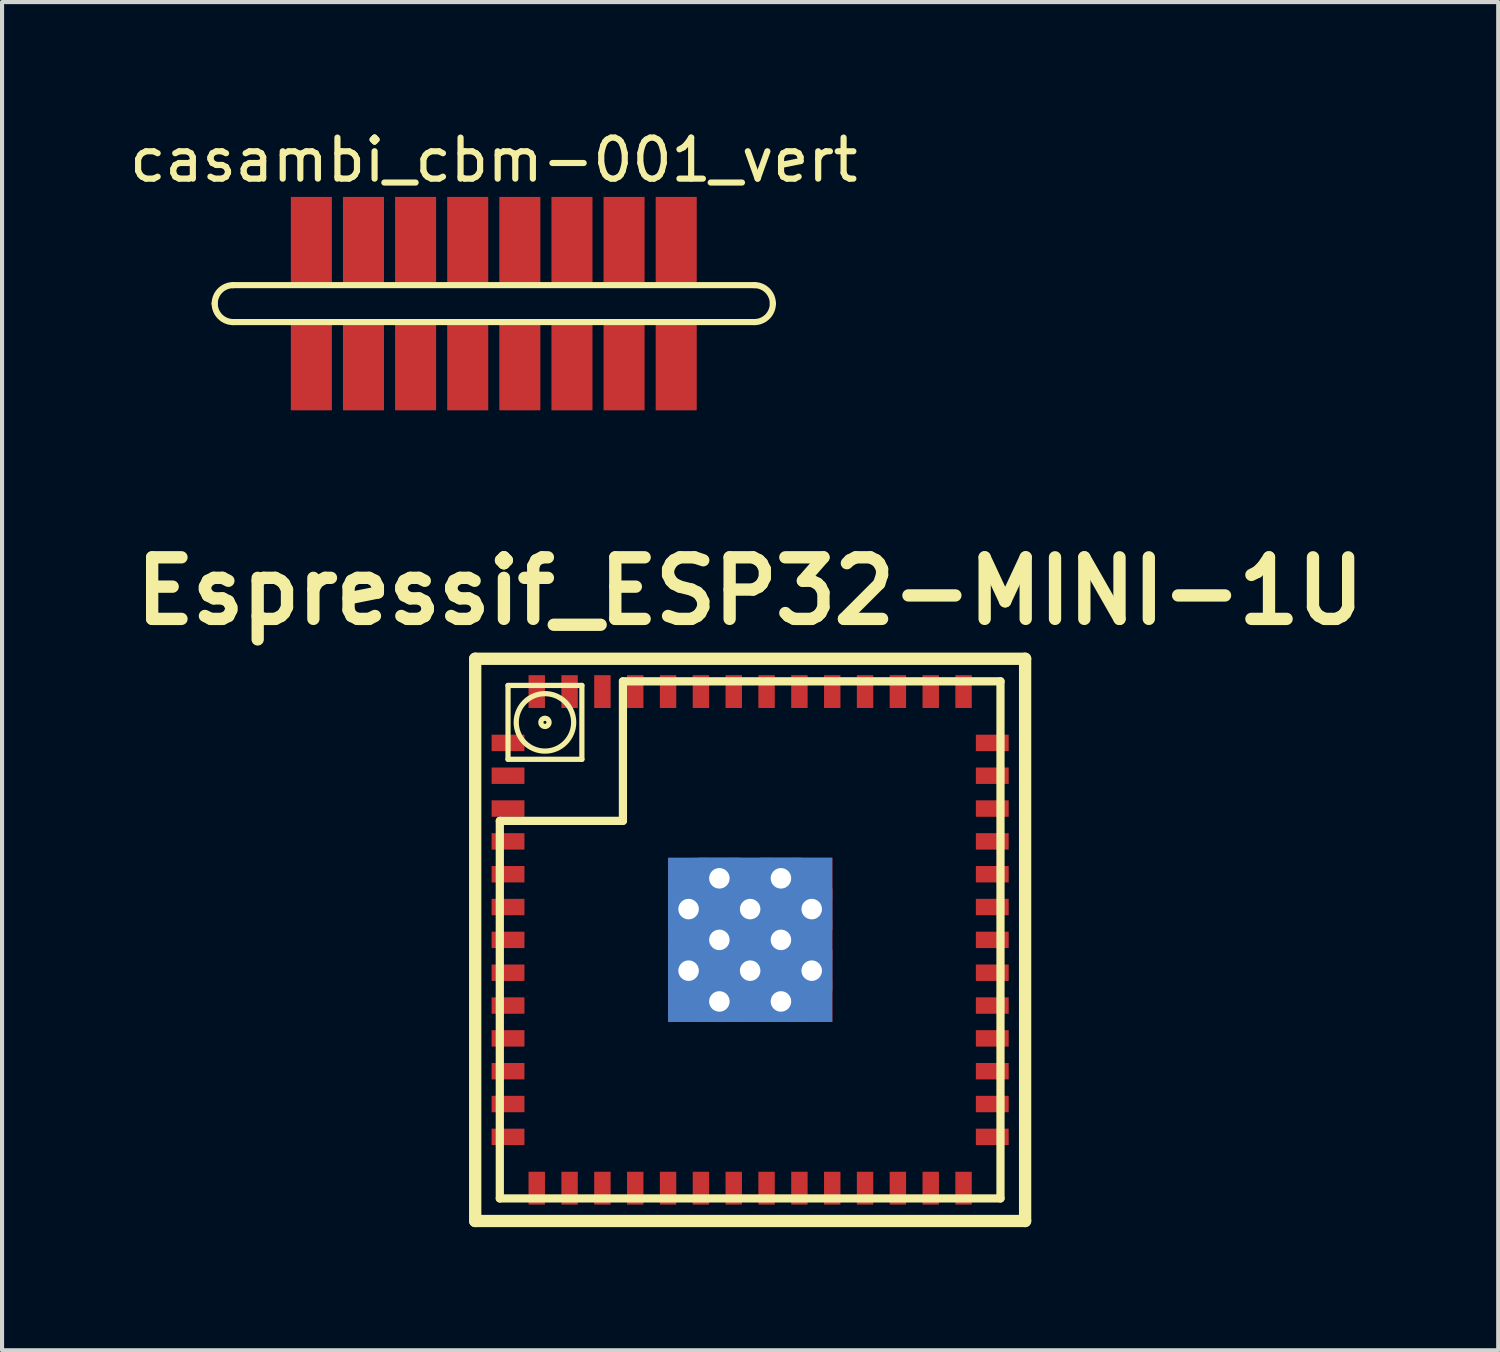
<source format=kicad_pcb>
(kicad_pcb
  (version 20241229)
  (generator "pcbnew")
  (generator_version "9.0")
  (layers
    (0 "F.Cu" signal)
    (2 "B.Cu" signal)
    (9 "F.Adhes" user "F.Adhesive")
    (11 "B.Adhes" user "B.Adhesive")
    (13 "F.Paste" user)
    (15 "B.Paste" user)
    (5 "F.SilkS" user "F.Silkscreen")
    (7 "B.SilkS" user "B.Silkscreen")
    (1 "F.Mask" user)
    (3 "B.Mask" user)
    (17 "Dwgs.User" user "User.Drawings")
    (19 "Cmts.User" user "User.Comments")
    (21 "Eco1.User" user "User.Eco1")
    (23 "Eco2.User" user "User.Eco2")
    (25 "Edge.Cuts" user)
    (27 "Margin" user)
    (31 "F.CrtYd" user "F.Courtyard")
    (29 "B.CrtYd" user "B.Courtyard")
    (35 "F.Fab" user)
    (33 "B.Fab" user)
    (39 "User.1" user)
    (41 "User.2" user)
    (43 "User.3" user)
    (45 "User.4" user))
  (footprint "casambi_cbm-001_vert"
    (layer "F.Cu")
    (at 8.982 4.348)
    (property "Reference" "casambi_cbm-001_vert" (at 0 -3.5 0) (layer "F.SilkS") (effects (font (size 1 1) (thickness 0.15))))
    (attr through_hole)
    (fp_line (start -6.35 -0.45) (end 6.35 -0.45) (stroke (width 0.15) (type solid)) (layer "F.SilkS"))
    (fp_line (start -6.35 0.45) (end 6.35 0.45) (stroke (width 0.15) (type solid)) (layer "F.SilkS"))
    (fp_arc (start -6.8 0) (mid -6.668198 -0.318198) (end -6.35 -0.45) (stroke (width 0.15) (type solid)) (layer "F.SilkS"))
    (fp_arc (start -6.35 0.45) (mid -6.668198 0.318198) (end -6.8 0) (stroke (width 0.15) (type solid)) (layer "F.SilkS"))
    (fp_arc (start 6.35 -0.45) (mid 6.668198 -0.318198) (end 6.8 0) (stroke (width 0.15) (type solid)) (layer "F.SilkS"))
    (fp_arc (start 6.8 0) (mid 6.668198 0.318198) (end 6.35 0.45) (stroke (width 0.15) (type solid)) (layer "F.SilkS"))
    (pad "1" smd rect (at -4.445 1.5) (size 1 2.2) (layers "F.Cu" "F.Mask" "F.Paste"))
    (pad "2" smd rect (at -3.175 1.5) (size 1 2.2) (layers "F.Cu" "F.Mask" "F.Paste"))
    (pad "3" smd rect (at -1.905 1.5) (size 1 2.2) (layers "F.Cu" "F.Mask" "F.Paste"))
    (pad "4" smd rect (at -0.635 1.5) (size 1 2.2) (layers "F.Cu" "F.Mask" "F.Paste"))
    (pad "5" smd rect (at 0.635 1.5) (size 1 2.2) (layers "F.Cu" "F.Mask" "F.Paste"))
    (pad "6" smd rect (at 1.905 1.5) (size 1 2.2) (layers "F.Cu" "F.Mask" "F.Paste"))
    (pad "7" smd rect (at 3.175 1.5) (size 1 2.2) (layers "F.Cu" "F.Mask" "F.Paste"))
    (pad "8" smd rect (at 4.445 1.5) (size 1 2.2) (layers "F.Cu" "F.Mask" "F.Paste"))
    (pad "9" smd rect (at 4.445 -1.5) (size 1 2.2) (layers "F.Cu" "F.Mask" "F.Paste"))
    (pad "10" smd rect (at 3.175 -1.5) (size 1 2.2) (layers "F.Cu" "F.Mask" "F.Paste"))
    (pad "11" smd rect (at 1.905 -1.5) (size 1 2.2) (layers "F.Cu" "F.Mask" "F.Paste"))
    (pad "12" smd rect (at 0.635 -1.5) (size 1 2.2) (layers "F.Cu" "F.Mask" "F.Paste"))
    (pad "13" smd rect (at -0.635 -1.5) (size 1 2.2) (layers "F.Cu" "F.Mask" "F.Paste"))
    (pad "14" smd rect (at -1.905 -1.5) (size 1 2.2) (layers "F.Cu" "F.Mask" "F.Paste"))
    (pad "15" smd rect (at -3.175 -1.5) (size 1 2.2) (layers "F.Cu" "F.Mask" "F.Paste"))
    (pad "16" smd rect (at -4.445 -1.5) (size 1 2.2) (layers "F.Cu" "F.Mask" "F.Paste")))
  (footprint "Espressif_ESP32-MINI-1U"
    (layer "F.Cu")
    (at 15.229 19.852)
    (property "Reference" "Espressif_ESP32-MINI-1U" (at 0 -8.5 0) (layer "F.SilkS") (effects (font (size 1.5 1.5) (thickness 0.3))))
    (attr smd)
    (fp_line (start -6.7 -6.85) (end 6.7 -6.85) (stroke (width 0.3) (type solid)) (layer "F.SilkS"))
    (fp_line (start -6.7 6.85) (end -6.7 -6.85) (stroke (width 0.3) (type solid)) (layer "F.SilkS"))
    (fp_line (start -6.1 -2.9) (end -6.1 6.3) (stroke (width 0.2) (type solid)) (layer "F.SilkS"))
    (fp_line (start -5.9 -6.2) (end -4.1 -6.2) (stroke (width 0.127) (type solid)) (layer "F.SilkS"))
    (fp_line (start -5.9 -4.4) (end -5.9 -6.2) (stroke (width 0.127) (type solid)) (layer "F.SilkS"))
    (fp_line (start -4.1 -6.2) (end -4.1 -4.4) (stroke (width 0.127) (type solid)) (layer "F.SilkS"))
    (fp_line (start -4.1 -4.4) (end -5.9 -4.4) (stroke (width 0.127) (type solid)) (layer "F.SilkS"))
    (fp_line (start -3.1 -6.3) (end -3.1 -2.9) (stroke (width 0.2) (type solid)) (layer "F.SilkS"))
    (fp_line (start -3.1 -2.9) (end -6.1 -2.9) (stroke (width 0.2) (type solid)) (layer "F.SilkS"))
    (fp_line (start 6.1 -6.3) (end -3.1 -6.3) (stroke (width 0.2) (type solid)) (layer "F.SilkS"))
    (fp_line (start 6.1 -6.3) (end 6.1 6.3) (stroke (width 0.2) (type solid)) (layer "F.SilkS"))
    (fp_line (start 6.1 6.3) (end -6.1 6.3) (stroke (width 0.2) (type solid)) (layer "F.SilkS"))
    (fp_line (start 6.7 6.85) (end -6.7 6.85) (stroke (width 0.3) (type solid)) (layer "F.SilkS"))
    (fp_line (start 6.7 6.85) (end 6.7 -6.85) (stroke (width 0.3) (type solid)) (layer "F.SilkS"))
    (fp_circle (center -5 -5.3) (end -5.1 -5.3) (stroke (width 0.127) (type solid)) (fill no) (layer "F.SilkS"))
    (fp_circle (center -5 -5.3) (end -4.3 -5.3) (stroke (width 0.127) (type solid)) (fill no) (layer "F.SilkS"))
    (pad "1" smd rect (at -5.9 -4.8) (size 0.8 0.4) (layers "F.Cu" "F.Mask" "F.Paste"))
    (pad "2" smd rect (at -5.9 -4) (size 0.8 0.4) (layers "F.Cu" "F.Mask" "F.Paste"))
    (pad "3" smd rect (at -5.9 -3.2) (size 0.8 0.4) (layers "F.Cu" "F.Mask" "F.Paste"))
    (pad "4" smd rect (at -5.9 -2.4) (size 0.8 0.4) (layers "F.Cu" "F.Mask" "F.Paste"))
    (pad "5" smd rect (at -5.9 -1.6) (size 0.8 0.4) (layers "F.Cu" "F.Mask" "F.Paste"))
    (pad "6" smd rect (at -5.9 -0.8) (size 0.8 0.4) (layers "F.Cu" "F.Mask" "F.Paste"))
    (pad "7" smd rect (at -5.9 0) (size 0.8 0.4) (layers "F.Cu" "F.Mask" "F.Paste"))
    (pad "8" smd rect (at -5.9 0.8) (size 0.8 0.4) (layers "F.Cu" "F.Mask" "F.Paste"))
    (pad "9" smd rect (at -5.9 1.6) (size 0.8 0.4) (layers "F.Cu" "F.Mask" "F.Paste"))
    (pad "10" smd rect (at -5.9 2.4) (size 0.8 0.4) (layers "F.Cu" "F.Mask" "F.Paste"))
    (pad "11" smd rect (at -5.9 3.2) (size 0.8 0.4) (layers "F.Cu" "F.Mask" "F.Paste"))
    (pad "12" smd rect (at -5.9 4) (size 0.8 0.4) (layers "F.Cu" "F.Mask" "F.Paste"))
    (pad "13" smd rect (at -5.9 4.8) (size 0.8 0.4) (layers "F.Cu" "F.Mask" "F.Paste"))
    (pad "14" smd rect (at -5.2 6.05 90) (size 0.8 0.4) (layers "F.Cu" "F.Mask" "F.Paste"))
    (pad "15" smd rect (at -4.4 6.05 90) (size 0.8 0.4) (layers "F.Cu" "F.Mask" "F.Paste"))
    (pad "16" smd rect (at -3.6 6.05 90) (size 0.8 0.4) (layers "F.Cu" "F.Mask" "F.Paste"))
    (pad "17" smd rect (at -2.8 6.05 90) (size 0.8 0.4) (layers "F.Cu" "F.Mask" "F.Paste"))
    (pad "18" smd rect (at -2 6.05 90) (size 0.8 0.4) (layers "F.Cu" "F.Mask" "F.Paste"))
    (pad "19" smd rect (at -1.2 6.05 90) (size 0.8 0.4) (layers "F.Cu" "F.Mask" "F.Paste"))
    (pad "20" smd rect (at -0.4 6.05 90) (size 0.8 0.4) (layers "F.Cu" "F.Mask" "F.Paste"))
    (pad "21" smd rect (at 0.4 6.05 90) (size 0.8 0.4) (layers "F.Cu" "F.Mask" "F.Paste"))
    (pad "22" smd rect (at 1.2 6.05 90) (size 0.8 0.4) (layers "F.Cu" "F.Mask" "F.Paste"))
    (pad "23" smd rect (at 2 6.05 90) (size 0.8 0.4) (layers "F.Cu" "F.Mask" "F.Paste"))
    (pad "24" smd rect (at 2.8 6.05 90) (size 0.8 0.4) (layers "F.Cu" "F.Mask" "F.Paste"))
    (pad "25" smd rect (at 3.6 6.05 90) (size 0.8 0.4) (layers "F.Cu" "F.Mask" "F.Paste"))
    (pad "26" smd rect (at 4.4 6.05 90) (size 0.8 0.4) (layers "F.Cu" "F.Mask" "F.Paste"))
    (pad "27" smd rect (at 5.2 6.05 90) (size 0.8 0.4) (layers "F.Cu" "F.Mask" "F.Paste"))
    (pad "28" smd rect (at 5.9 4.8) (size 0.8 0.4) (layers "F.Cu" "F.Mask" "F.Paste"))
    (pad "29" smd rect (at 5.9 4) (size 0.8 0.4) (layers "F.Cu" "F.Mask" "F.Paste"))
    (pad "30" smd rect (at 5.9 3.2) (size 0.8 0.4) (layers "F.Cu" "F.Mask" "F.Paste"))
    (pad "31" smd rect (at 5.9 2.4) (size 0.8 0.4) (layers "F.Cu" "F.Mask" "F.Paste"))
    (pad "32" smd rect (at 5.9 1.6) (size 0.8 0.4) (layers "F.Cu" "F.Mask" "F.Paste"))
    (pad "33" smd rect (at 5.9 0.8) (size 0.8 0.4) (layers "F.Cu" "F.Mask" "F.Paste"))
    (pad "34" smd rect (at 5.9 0) (size 0.8 0.4) (layers "F.Cu" "F.Mask" "F.Paste"))
    (pad "35" smd rect (at 5.9 -0.8) (size 0.8 0.4) (layers "F.Cu" "F.Mask" "F.Paste"))
    (pad "36" smd rect (at 5.9 -1.6) (size 0.8 0.4) (layers "F.Cu" "F.Mask" "F.Paste"))
    (pad "37" smd rect (at 5.9 -2.4) (size 0.8 0.4) (layers "F.Cu" "F.Mask" "F.Paste"))
    (pad "38" smd rect (at 5.9 -3.2) (size 0.8 0.4) (layers "F.Cu" "F.Mask" "F.Paste"))
    (pad "39" smd rect (at 5.9 -4) (size 0.8 0.4) (layers "F.Cu" "F.Mask" "F.Paste"))
    (pad "40" smd rect (at 5.9 -4.8) (size 0.8 0.4) (layers "F.Cu" "F.Mask" "F.Paste"))
    (pad "41" smd rect (at 5.2 -6.05 90) (size 0.8 0.4) (layers "F.Cu" "F.Mask" "F.Paste"))
    (pad "42" smd rect (at 4.4 -6.05 90) (size 0.8 0.4) (layers "F.Cu" "F.Mask" "F.Paste"))
    (pad "43" smd rect (at 3.6 -6.05 90) (size 0.8 0.4) (layers "F.Cu" "F.Mask" "F.Paste"))
    (pad "44" smd rect (at 2.8 -6.05 90) (size 0.8 0.4) (layers "F.Cu" "F.Mask" "F.Paste"))
    (pad "45" smd rect (at 2 -6.05 90) (size 0.8 0.4) (layers "F.Cu" "F.Mask" "F.Paste"))
    (pad "46" smd rect (at 1.2 -6.05 90) (size 0.8 0.4) (layers "F.Cu" "F.Mask" "F.Paste"))
    (pad "47" smd rect (at 0.4 -6.05 90) (size 0.8 0.4) (layers "F.Cu" "F.Mask" "F.Paste"))
    (pad "48" smd rect (at -0.4 -6.05 90) (size 0.8 0.4) (layers "F.Cu" "F.Mask" "F.Paste"))
    (pad "49" smd rect (at -1.2 -6.05 90) (size 0.8 0.4) (layers "F.Cu" "F.Mask" "F.Paste"))
    (pad "50" smd rect (at -2 -6.05 90) (size 0.8 0.4) (layers "F.Cu" "F.Mask" "F.Paste"))
    (pad "51" smd rect (at -2.8 -6.05 90) (size 0.8 0.4) (layers "F.Cu" "F.Mask" "F.Paste"))
    (pad "52" smd rect (at -3.6 -6.05 90) (size 0.8 0.4) (layers "F.Cu" "F.Mask" "F.Paste"))
    (pad "53" smd rect (at -4.4 -6.05 90) (size 0.8 0.4) (layers "F.Cu" "F.Mask" "F.Paste"))
    (pad "54" smd rect (at -5.2 -6.05 90) (size 0.8 0.4) (layers "F.Cu" "F.Mask" "F.Paste"))
    (pad "55" thru_hole rect (at -1.5 -0.75) (size 1 1) (drill 0.5) (layers "*.Cu"))
    (pad "55" thru_hole rect (at -1.5 0.75) (size 1 1) (drill 0.5) (layers "*.Cu"))
    (pad "55" smd rect (at -1.5 1.5) (size 1 1) (layers "F.Cu" "F.Mask" "F.Paste"))
    (pad "55" smd custom (at -1.4 -1.4 90) (size 0.7 0.7) (layers "F.Cu" "F.Mask" "F.Paste") (options (anchor circle)) (primitives (gr_poly (pts (xy 0.6 0) (xy 0.6 0.4) (xy -0.4 0.4) (xy -0.4 -0.6) (xy 0 -0.6)) (width 0) (fill yes))))
    (pad "55" thru_hole rect (at -0.75 -1.5) (size 1 1) (drill 0.5) (layers "*.Cu"))
    (pad "55" thru_hole rect (at -0.75 0) (size 1 1) (drill 0.5) (layers "*.Cu"))
    (pad "55" thru_hole rect (at -0.75 1.5) (size 1 1) (drill 0.5) (layers "*.Cu"))
    (pad "55" smd rect (at 0 -1.5) (size 1 1) (layers "F.Cu" "F.Mask" "F.Paste"))
    (pad "55" thru_hole rect (at 0 -0.75) (size 1 1) (drill 0.5) (layers "*.Cu"))
    (pad "55" smd rect (at 0 0) (size 1 1) (layers "F.Cu" "F.Mask" "F.Paste"))
    (pad "55" smd rect (at 0 0) (size 4 4) (layers "F.Cu"))
    (pad "55" smd rect (at 0 0) (size 4 4) (layers "B.Cu"))
    (pad "55" thru_hole rect (at 0 0.75) (size 1 1) (drill 0.5) (layers "*.Cu"))
    (pad "55" smd rect (at 0 1.5) (size 1 1) (layers "F.Cu" "F.Mask" "F.Paste"))
    (pad "55" thru_hole rect (at 0.75 -1.5) (size 1 1) (drill 0.5) (layers "*.Cu"))
    (pad "55" thru_hole rect (at 0.75 0) (size 1 1) (drill 0.5) (layers "*.Cu"))
    (pad "55" thru_hole rect (at 0.75 1.5) (size 1 1) (drill 0.5) (layers "*.Cu"))
    (pad "55" smd rect (at 1.5 -1.5) (size 1 1) (layers "F.Cu" "F.Mask" "F.Paste"))
    (pad "55" thru_hole rect (at 1.5 -0.75) (size 1 1) (drill 0.5) (layers "*.Cu"))
    (pad "55" smd rect (at 1.5 0) (size 1 1) (layers "F.Cu" "F.Mask" "F.Paste"))
    (pad "55" thru_hole rect (at 1.5 0.75) (size 1 1) (drill 0.5) (layers "*.Cu"))
    (pad "55" smd rect (at 1.5 1.5) (size 1 1) (layers "F.Cu" "F.Mask" "F.Paste")))
  (gr_rect
    (start -3 -3)
    (end 33.457 29.852)
    (stroke (width 0.1) (type default))
    (fill no)
    (layer "Edge.Cuts")))
</source>
